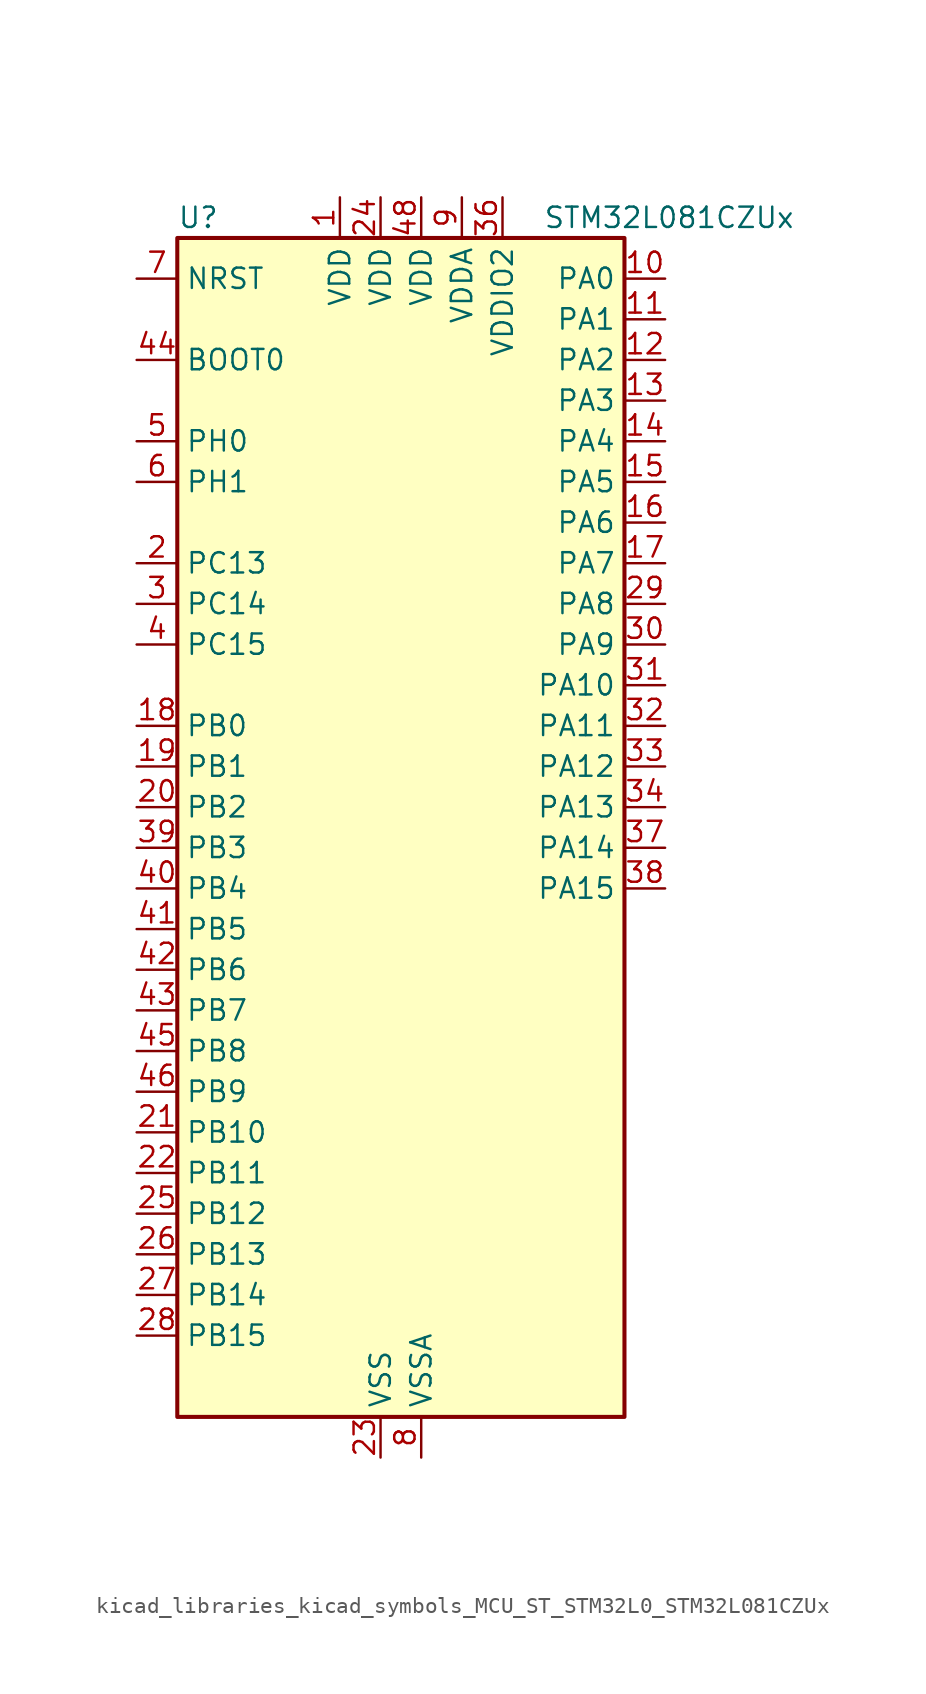
<source format=kicad_sym>
(kicad_symbol_lib
  (version 20220914)
  (generator kicad_symbol_editor)
  (symbol "kicad_libraries_kicad_symbols_MCU_ST_STM32L0_STM32L081CZUx"
    (property "Reference" "U"
      (at -12.7 39.37 0)
      (effects (font (size 1.27 1.27)) (justify left)))
    (property "Value" "STM32L081CZUx"
      (at 10.16 39.37 0)
      (effects (font (size 1.27 1.27)) (justify left)))
    (property "ki_locked" ""
      (at 0 0 0)
      (effects (font (size 1.27 1.27))))
    (symbol "kicad_libraries_kicad_symbols_MCU_ST_STM32L0_STM32L081CZUx_0_1"
      (rectangle (start -12.7 -35.56) (end 15.24 38.1) (stroke (width 0.254) (type default)) (fill (type background))))
    (symbol "kicad_libraries_kicad_symbols_MCU_ST_STM32L0_STM32L081CZUx_1_1"
      (pin power_in line (at -2.54 40.64 270) (length 2.54) (name "VDD" (effects (font (size 1.27 1.27)))) (number "1" (effects (font (size 1.27 1.27)))))
      (pin bidirectional line (at 17.78 35.56 180) (length 2.54) (name "PA0" (effects (font (size 1.27 1.27)))) (number "10" (effects (font (size 1.27 1.27)))) (alternate "ADC_IN0" bidirectional line) (alternate "COMP1_INM" bidirectional line) (alternate "COMP1_OUT" bidirectional line) (alternate "RTC_TAMP2" bidirectional line) (alternate "SYS_WKUP1" bidirectional line) (alternate "TIM2_CH1" bidirectional line) (alternate "TIM2_ETR" bidirectional line) (alternate "USART2_CTS" bidirectional line) (alternate "USART4_TX" bidirectional line))
      (pin bidirectional line (at 17.78 33.02 180) (length 2.54) (name "PA1" (effects (font (size 1.27 1.27)))) (number "11" (effects (font (size 1.27 1.27)))) (alternate "ADC_IN1" bidirectional line) (alternate "COMP1_INP" bidirectional line) (alternate "TIM21_ETR" bidirectional line) (alternate "TIM2_CH2" bidirectional line) (alternate "USART2_DE" bidirectional line) (alternate "USART2_RTS" bidirectional line) (alternate "USART4_RX" bidirectional line))
      (pin bidirectional line (at 17.78 30.48 180) (length 2.54) (name "PA2" (effects (font (size 1.27 1.27)))) (number "12" (effects (font (size 1.27 1.27)))) (alternate "ADC_IN2" bidirectional line) (alternate "COMP2_INM" bidirectional line) (alternate "COMP2_OUT" bidirectional line) (alternate "LPUART1_TX" bidirectional line) (alternate "TIM21_CH1" bidirectional line) (alternate "TIM2_CH3" bidirectional line) (alternate "USART2_TX" bidirectional line))
      (pin bidirectional line (at 17.78 27.94 180) (length 2.54) (name "PA3" (effects (font (size 1.27 1.27)))) (number "13" (effects (font (size 1.27 1.27)))) (alternate "ADC_IN3" bidirectional line) (alternate "COMP2_INP" bidirectional line) (alternate "LPUART1_RX" bidirectional line) (alternate "TIM21_CH2" bidirectional line) (alternate "TIM2_CH4" bidirectional line) (alternate "USART2_RX" bidirectional line))
      (pin bidirectional line (at 17.78 25.4 180) (length 2.54) (name "PA4" (effects (font (size 1.27 1.27)))) (number "14" (effects (font (size 1.27 1.27)))) (alternate "ADC_IN4" bidirectional line) (alternate "COMP1_INM" bidirectional line) (alternate "COMP2_INM" bidirectional line) (alternate "SPI1_NSS" bidirectional line) (alternate "TIM22_ETR" bidirectional line) (alternate "USART2_CK" bidirectional line))
      (pin bidirectional line (at 17.78 22.86 180) (length 2.54) (name "PA5" (effects (font (size 1.27 1.27)))) (number "15" (effects (font (size 1.27 1.27)))) (alternate "ADC_IN5" bidirectional line) (alternate "COMP1_INM" bidirectional line) (alternate "COMP2_INM" bidirectional line) (alternate "SPI1_SCK" bidirectional line) (alternate "TIM2_CH1" bidirectional line) (alternate "TIM2_ETR" bidirectional line))
      (pin bidirectional line (at 17.78 20.32 180) (length 2.54) (name "PA6" (effects (font (size 1.27 1.27)))) (number "16" (effects (font (size 1.27 1.27)))) (alternate "ADC_IN6" bidirectional line) (alternate "COMP1_OUT" bidirectional line) (alternate "LPUART1_CTS" bidirectional line) (alternate "SPI1_MISO" bidirectional line) (alternate "TIM22_CH1" bidirectional line) (alternate "TIM3_CH1" bidirectional line))
      (pin bidirectional line (at 17.78 17.78 180) (length 2.54) (name "PA7" (effects (font (size 1.27 1.27)))) (number "17" (effects (font (size 1.27 1.27)))) (alternate "ADC_IN7" bidirectional line) (alternate "COMP2_OUT" bidirectional line) (alternate "SPI1_MOSI" bidirectional line) (alternate "TIM22_CH2" bidirectional line) (alternate "TIM3_CH2" bidirectional line))
      (pin bidirectional line (at -15.24 7.62 0) (length 2.54) (name "PB0" (effects (font (size 1.27 1.27)))) (number "18" (effects (font (size 1.27 1.27)))) (alternate "ADC_IN8" bidirectional line) (alternate "SYS_VREF_OUT_PB0" bidirectional line) (alternate "TIM3_CH3" bidirectional line))
      (pin bidirectional line (at -15.24 5.08 0) (length 2.54) (name "PB1" (effects (font (size 1.27 1.27)))) (number "19" (effects (font (size 1.27 1.27)))) (alternate "ADC_IN9" bidirectional line) (alternate "LPUART1_DE" bidirectional line) (alternate "LPUART1_RTS" bidirectional line) (alternate "SYS_VREF_OUT_PB1" bidirectional line) (alternate "TIM3_CH4" bidirectional line))
      (pin bidirectional line (at -15.24 17.78 0) (length 2.54) (name "PC13" (effects (font (size 1.27 1.27)))) (number "2" (effects (font (size 1.27 1.27)))) (alternate "RTC_OUT_ALARM" bidirectional line) (alternate "RTC_OUT_CALIB" bidirectional line) (alternate "RTC_TAMP1" bidirectional line) (alternate "RTC_TS" bidirectional line) (alternate "SYS_WKUP2" bidirectional line))
      (pin bidirectional line (at -15.24 2.54 0) (length 2.54) (name "PB2" (effects (font (size 1.27 1.27)))) (number "20" (effects (font (size 1.27 1.27)))) (alternate "I2C3_SMBA" bidirectional line) (alternate "LPTIM1_OUT" bidirectional line))
      (pin bidirectional line (at -15.24 -17.78 0) (length 2.54) (name "PB10" (effects (font (size 1.27 1.27)))) (number "21" (effects (font (size 1.27 1.27)))) (alternate "I2C2_SCL" bidirectional line) (alternate "LPUART1_RX" bidirectional line) (alternate "LPUART1_TX" bidirectional line) (alternate "SPI2_SCK" bidirectional line) (alternate "TIM2_CH3" bidirectional line))
      (pin bidirectional line (at -15.24 -20.32 0) (length 2.54) (name "PB11" (effects (font (size 1.27 1.27)))) (number "22" (effects (font (size 1.27 1.27)))) (alternate "ADC_EXTI11" bidirectional line) (alternate "I2C2_SDA" bidirectional line) (alternate "LPUART1_RX" bidirectional line) (alternate "LPUART1_TX" bidirectional line) (alternate "TIM2_CH4" bidirectional line))
      (pin power_in line (at 0 -38.1 90) (length 2.54) (name "VSS" (effects (font (size 1.27 1.27)))) (number "23" (effects (font (size 1.27 1.27)))))
      (pin power_in line (at 0 40.64 270) (length 2.54) (name "VDD" (effects (font (size 1.27 1.27)))) (number "24" (effects (font (size 1.27 1.27)))))
      (pin bidirectional line (at -15.24 -22.86 0) (length 2.54) (name "PB12" (effects (font (size 1.27 1.27)))) (number "25" (effects (font (size 1.27 1.27)))) (alternate "I2S2_WS" bidirectional line) (alternate "LPUART1_DE" bidirectional line) (alternate "LPUART1_RTS" bidirectional line) (alternate "SPI2_NSS" bidirectional line))
      (pin bidirectional line (at -15.24 -25.4 0) (length 2.54) (name "PB13" (effects (font (size 1.27 1.27)))) (number "26" (effects (font (size 1.27 1.27)))) (alternate "I2C2_SCL" bidirectional line) (alternate "I2S2_CK" bidirectional line) (alternate "LPUART1_CTS" bidirectional line) (alternate "RCC_MCO" bidirectional line) (alternate "SPI2_SCK" bidirectional line) (alternate "TIM21_CH1" bidirectional line))
      (pin bidirectional line (at -15.24 -27.94 0) (length 2.54) (name "PB14" (effects (font (size 1.27 1.27)))) (number "27" (effects (font (size 1.27 1.27)))) (alternate "I2C2_SDA" bidirectional line) (alternate "I2S2_MCK" bidirectional line) (alternate "LPUART1_DE" bidirectional line) (alternate "LPUART1_RTS" bidirectional line) (alternate "RTC_OUT_ALARM" bidirectional line) (alternate "RTC_OUT_CALIB" bidirectional line) (alternate "SPI2_MISO" bidirectional line) (alternate "TIM21_CH2" bidirectional line))
      (pin bidirectional line (at -15.24 -30.48 0) (length 2.54) (name "PB15" (effects (font (size 1.27 1.27)))) (number "28" (effects (font (size 1.27 1.27)))) (alternate "I2S2_SD" bidirectional line) (alternate "RTC_REFIN" bidirectional line) (alternate "SPI2_MOSI" bidirectional line))
      (pin bidirectional line (at 17.78 15.24 180) (length 2.54) (name "PA8" (effects (font (size 1.27 1.27)))) (number "29" (effects (font (size 1.27 1.27)))) (alternate "I2C3_SCL" bidirectional line) (alternate "RCC_MCO" bidirectional line) (alternate "USART1_CK" bidirectional line))
      (pin bidirectional line (at -15.24 15.24 0) (length 2.54) (name "PC14" (effects (font (size 1.27 1.27)))) (number "3" (effects (font (size 1.27 1.27)))) (alternate "RCC_OSC32_IN" bidirectional line))
      (pin bidirectional line (at 17.78 12.7 180) (length 2.54) (name "PA9" (effects (font (size 1.27 1.27)))) (number "30" (effects (font (size 1.27 1.27)))) (alternate "I2C1_SCL" bidirectional line) (alternate "I2C3_SMBA" bidirectional line) (alternate "RCC_MCO" bidirectional line) (alternate "USART1_TX" bidirectional line))
      (pin bidirectional line (at 17.78 10.16 180) (length 2.54) (name "PA10" (effects (font (size 1.27 1.27)))) (number "31" (effects (font (size 1.27 1.27)))) (alternate "I2C1_SDA" bidirectional line) (alternate "USART1_RX" bidirectional line))
      (pin bidirectional line (at 17.78 7.62 180) (length 2.54) (name "PA11" (effects (font (size 1.27 1.27)))) (number "32" (effects (font (size 1.27 1.27)))) (alternate "ADC_EXTI11" bidirectional line) (alternate "COMP1_OUT" bidirectional line) (alternate "SPI1_MISO" bidirectional line) (alternate "USART1_CTS" bidirectional line))
      (pin bidirectional line (at 17.78 5.08 180) (length 2.54) (name "PA12" (effects (font (size 1.27 1.27)))) (number "33" (effects (font (size 1.27 1.27)))) (alternate "COMP2_OUT" bidirectional line) (alternate "SPI1_MOSI" bidirectional line) (alternate "USART1_DE" bidirectional line) (alternate "USART1_RTS" bidirectional line))
      (pin bidirectional line (at 17.78 2.54 180) (length 2.54) (name "PA13" (effects (font (size 1.27 1.27)))) (number "34" (effects (font (size 1.27 1.27)))) (alternate "LPUART1_RX" bidirectional line) (alternate "SYS_SWDIO" bidirectional line))
      (pin passive line (at 0 -38.1 90) (length 2.54) hide (name "VSS" (effects (font (size 1.27 1.27)))) (number "35" (effects (font (size 1.27 1.27)))))
      (pin power_in line (at 7.62 40.64 270) (length 2.54) (name "VDDIO2" (effects (font (size 1.27 1.27)))) (number "36" (effects (font (size 1.27 1.27)))))
      (pin bidirectional line (at 17.78 0 180) (length 2.54) (name "PA14" (effects (font (size 1.27 1.27)))) (number "37" (effects (font (size 1.27 1.27)))) (alternate "LPUART1_TX" bidirectional line) (alternate "SYS_SWCLK" bidirectional line) (alternate "USART2_TX" bidirectional line))
      (pin bidirectional line (at 17.78 -2.54 180) (length 2.54) (name "PA15" (effects (font (size 1.27 1.27)))) (number "38" (effects (font (size 1.27 1.27)))) (alternate "SPI1_NSS" bidirectional line) (alternate "TIM2_CH1" bidirectional line) (alternate "TIM2_ETR" bidirectional line) (alternate "USART2_RX" bidirectional line) (alternate "USART4_DE" bidirectional line) (alternate "USART4_RTS" bidirectional line))
      (pin bidirectional line (at -15.24 0 0) (length 2.54) (name "PB3" (effects (font (size 1.27 1.27)))) (number "39" (effects (font (size 1.27 1.27)))) (alternate "COMP2_INM" bidirectional line) (alternate "SPI1_SCK" bidirectional line) (alternate "TIM2_CH2" bidirectional line) (alternate "USART1_DE" bidirectional line) (alternate "USART1_RTS" bidirectional line) (alternate "USART5_TX" bidirectional line))
      (pin bidirectional line (at -15.24 12.7 0) (length 2.54) (name "PC15" (effects (font (size 1.27 1.27)))) (number "4" (effects (font (size 1.27 1.27)))) (alternate "RCC_OSC32_OUT" bidirectional line))
      (pin bidirectional line (at -15.24 -2.54 0) (length 2.54) (name "PB4" (effects (font (size 1.27 1.27)))) (number "40" (effects (font (size 1.27 1.27)))) (alternate "COMP2_INP" bidirectional line) (alternate "I2C3_SDA" bidirectional line) (alternate "SPI1_MISO" bidirectional line) (alternate "TIM22_CH1" bidirectional line) (alternate "TIM3_CH1" bidirectional line) (alternate "USART1_CTS" bidirectional line) (alternate "USART5_RX" bidirectional line))
      (pin bidirectional line (at -15.24 -5.08 0) (length 2.54) (name "PB5" (effects (font (size 1.27 1.27)))) (number "41" (effects (font (size 1.27 1.27)))) (alternate "COMP2_INP" bidirectional line) (alternate "I2C1_SMBA" bidirectional line) (alternate "LPTIM1_IN1" bidirectional line) (alternate "SPI1_MOSI" bidirectional line) (alternate "TIM22_CH2" bidirectional line) (alternate "TIM3_CH2" bidirectional line) (alternate "USART1_CK" bidirectional line) (alternate "USART5_CK" bidirectional line) (alternate "USART5_DE" bidirectional line) (alternate "USART5_RTS" bidirectional line))
      (pin bidirectional line (at -15.24 -7.62 0) (length 2.54) (name "PB6" (effects (font (size 1.27 1.27)))) (number "42" (effects (font (size 1.27 1.27)))) (alternate "COMP2_INP" bidirectional line) (alternate "I2C1_SCL" bidirectional line) (alternate "LPTIM1_ETR" bidirectional line) (alternate "USART1_TX" bidirectional line))
      (pin bidirectional line (at -15.24 -10.16 0) (length 2.54) (name "PB7" (effects (font (size 1.27 1.27)))) (number "43" (effects (font (size 1.27 1.27)))) (alternate "COMP2_INP" bidirectional line) (alternate "I2C1_SDA" bidirectional line) (alternate "LPTIM1_IN2" bidirectional line) (alternate "SYS_PVD_IN" bidirectional line) (alternate "USART1_RX" bidirectional line) (alternate "USART4_CTS" bidirectional line))
      (pin input line (at -15.24 30.48 0) (length 2.54) (name "BOOT0" (effects (font (size 1.27 1.27)))) (number "44" (effects (font (size 1.27 1.27)))))
      (pin bidirectional line (at -15.24 -12.7 0) (length 2.54) (name "PB8" (effects (font (size 1.27 1.27)))) (number "45" (effects (font (size 1.27 1.27)))) (alternate "I2C1_SCL" bidirectional line))
      (pin bidirectional line (at -15.24 -15.24 0) (length 2.54) (name "PB9" (effects (font (size 1.27 1.27)))) (number "46" (effects (font (size 1.27 1.27)))) (alternate "I2C1_SDA" bidirectional line) (alternate "I2S2_WS" bidirectional line) (alternate "SPI2_NSS" bidirectional line))
      (pin passive line (at 0 -38.1 90) (length 2.54) hide (name "VSS" (effects (font (size 1.27 1.27)))) (number "47" (effects (font (size 1.27 1.27)))))
      (pin power_in line (at 2.54 40.64 270) (length 2.54) (name "VDD" (effects (font (size 1.27 1.27)))) (number "48" (effects (font (size 1.27 1.27)))))
      (pin passive line (at 0 -38.1 90) (length 2.54) hide (name "VSS" (effects (font (size 1.27 1.27)))) (number "49" (effects (font (size 1.27 1.27)))))
      (pin bidirectional line (at -15.24 25.4 0) (length 2.54) (name "PH0" (effects (font (size 1.27 1.27)))) (number "5" (effects (font (size 1.27 1.27)))) (alternate "RCC_OSC_IN" bidirectional line))
      (pin bidirectional line (at -15.24 22.86 0) (length 2.54) (name "PH1" (effects (font (size 1.27 1.27)))) (number "6" (effects (font (size 1.27 1.27)))) (alternate "RCC_OSC_OUT" bidirectional line))
      (pin input line (at -15.24 35.56 0) (length 2.54) (name "NRST" (effects (font (size 1.27 1.27)))) (number "7" (effects (font (size 1.27 1.27)))))
      (pin power_in line (at 2.54 -38.1 90) (length 2.54) (name "VSSA" (effects (font (size 1.27 1.27)))) (number "8" (effects (font (size 1.27 1.27)))))
      (pin power_in line (at 5.08 40.64 270) (length 2.54) (name "VDDA" (effects (font (size 1.27 1.27)))) (number "9" (effects (font (size 1.27 1.27))))))))
</source>
